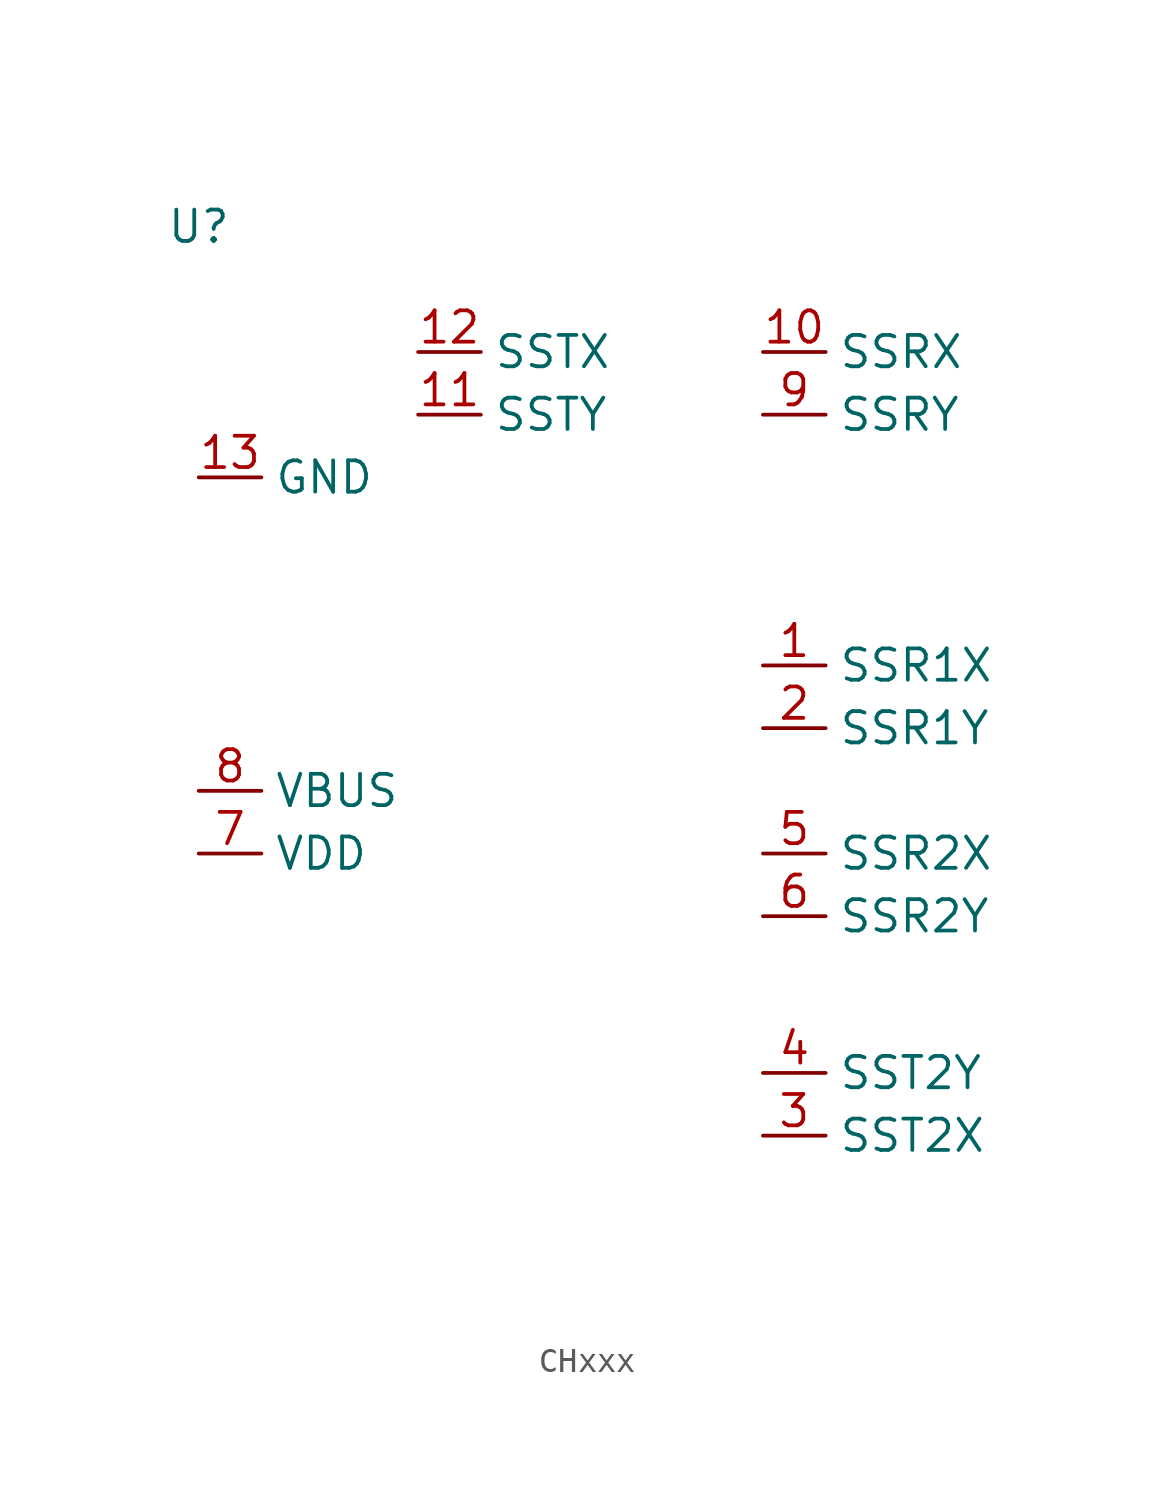
<source format=kicad_sym>
(kicad_symbol_lib
  (version 20241209)
  (generator "kicad_symbol_editor")
  (generator_version "9.0")
  (symbol "CHxxx"
    (property "Reference" "U"
      (at 0 40.64 0)
      (effects (font (size 1.27 1.27))))
    (property "Value" ""
      (at 0 0 0)
      (effects (font (size 1.27 1.27))))
    (symbol "CHxxx_0_0"
      (pin power_in line (at 0 30.48 0) (length 2.54) (name "GND" (effects (font (size 1.27 1.27)))) (number "13" (effects (font (size 1.27 1.27)))))
      (pin power_in line (at 0 17.78 0) (length 2.54) (name "VBUS" (effects (font (size 1.27 1.27)))) (number "8" (effects (font (size 1.27 1.27)))))
      (pin power_in line (at 0 15.24 0) (length 2.54) (name "VDD" (effects (font (size 1.27 1.27)))) (number "7" (effects (font (size 1.27 1.27)))))
      (pin bidirectional line (at 8.89 35.56 0) (length 2.54) (name "SSTX" (effects (font (size 1.27 1.27)))) (number "12" (effects (font (size 1.27 1.27)))))
      (pin bidirectional line (at 8.89 33.02 0) (length 2.54) (name "SSTY" (effects (font (size 1.27 1.27)))) (number "11" (effects (font (size 1.27 1.27)))))
      (pin bidirectional line (at 22.86 35.56 0) (length 2.54) (name "SSRX" (effects (font (size 1.27 1.27)))) (number "10" (effects (font (size 1.27 1.27)))))
      (pin bidirectional line (at 22.86 33.02 0) (length 2.54) (name "SSRY" (effects (font (size 1.27 1.27)))) (number "9" (effects (font (size 1.27 1.27)))))
      (pin bidirectional line (at 22.86 22.86 0) (length 2.54) (name "SSR1X" (effects (font (size 1.27 1.27)))) (number "1" (effects (font (size 1.27 1.27)))))
      (pin bidirectional line (at 22.86 20.32 0) (length 2.54) (name "SSR1Y" (effects (font (size 1.27 1.27)))) (number "2" (effects (font (size 1.27 1.27)))))
      (pin bidirectional line (at 22.86 15.24 0) (length 2.54) (name "SSR2X" (effects (font (size 1.27 1.27)))) (number "5" (effects (font (size 1.27 1.27)))))
      (pin bidirectional line (at 22.86 12.7 0) (length 2.54) (name "SSR2Y" (effects (font (size 1.27 1.27)))) (number "6" (effects (font (size 1.27 1.27)))))
      (pin bidirectional line (at 22.86 6.35 0) (length 2.54) (name "SST2Y" (effects (font (size 1.27 1.27)))) (number "4" (effects (font (size 1.27 1.27)))))
      (pin bidirectional line (at 22.86 3.81 0) (length 2.54) (name "SST2X" (effects (font (size 1.27 1.27)))) (number "3" (effects (font (size 1.27 1.27))))))))
</source>
